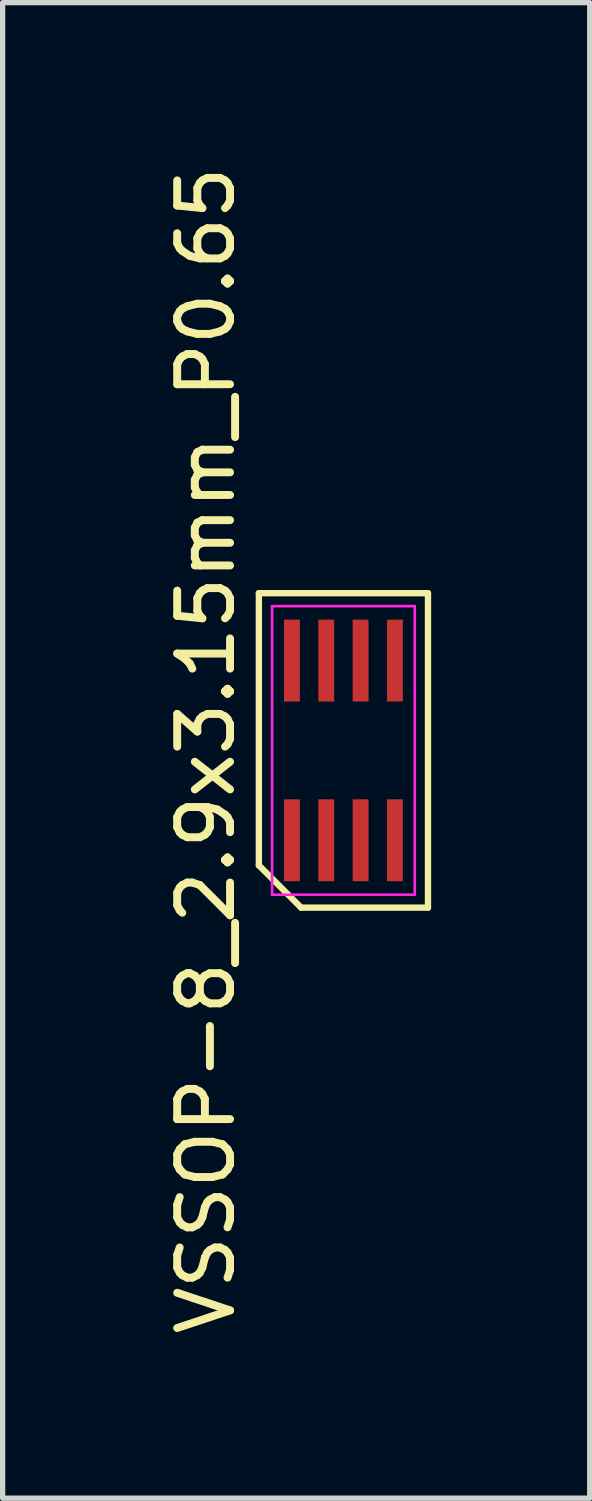
<source format=kicad_pcb>
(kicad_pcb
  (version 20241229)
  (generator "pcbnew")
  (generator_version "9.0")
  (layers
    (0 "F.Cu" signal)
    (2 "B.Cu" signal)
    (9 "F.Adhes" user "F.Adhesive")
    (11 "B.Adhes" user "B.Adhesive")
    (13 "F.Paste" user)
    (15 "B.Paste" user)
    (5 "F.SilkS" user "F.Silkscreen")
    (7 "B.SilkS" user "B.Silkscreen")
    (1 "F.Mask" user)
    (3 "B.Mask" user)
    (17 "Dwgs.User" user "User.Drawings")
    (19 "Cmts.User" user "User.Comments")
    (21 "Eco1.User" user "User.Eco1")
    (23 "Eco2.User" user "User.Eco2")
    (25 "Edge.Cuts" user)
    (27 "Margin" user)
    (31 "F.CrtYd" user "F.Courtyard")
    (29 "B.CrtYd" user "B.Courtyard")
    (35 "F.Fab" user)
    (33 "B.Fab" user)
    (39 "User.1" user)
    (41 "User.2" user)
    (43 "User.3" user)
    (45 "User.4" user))
  (footprint "VSSOP-8_2.9x3.15mm_P0.65"
    (layer "F.Cu")
    (at 3.448 11.149)
    (property "Reference" "VSSOP-8_2.9x3.15mm_P0.65" (at -2.6 0 90) (layer "F.SilkS") (effects (font (size 1 1) (thickness 0.15))))
    (attr smd)
    (fp_line (start -1.6 -2.975) (end 1.6 -2.975) (stroke (width 0.12) (type solid)) (layer "F.SilkS"))
    (fp_line (start -1.6 2.175) (end -1.6 -2.975) (stroke (width 0.12) (type solid)) (layer "F.SilkS"))
    (fp_line (start -0.8 2.975) (end -1.6 2.175) (stroke (width 0.12) (type solid)) (layer "F.SilkS"))
    (fp_line (start 1.6 -2.975) (end 1.6 2.975) (stroke (width 0.12) (type solid)) (layer "F.SilkS"))
    (fp_line (start 1.6 2.975) (end -0.8 2.975) (stroke (width 0.12) (type solid)) (layer "F.SilkS"))
    (fp_line (start -1.35 -2.73) (end 1.35 -2.73) (stroke (width 0.05) (type solid)) (layer "F.CrtYd"))
    (fp_line (start -1.35 2.73) (end -1.35 -2.73) (stroke (width 0.05) (type solid)) (layer "F.CrtYd"))
    (fp_line (start 1.35 -2.73) (end 1.35 2.73) (stroke (width 0.05) (type solid)) (layer "F.CrtYd"))
    (fp_line (start 1.35 2.73) (end -1.35 2.73) (stroke (width 0.05) (type solid)) (layer "F.CrtYd"))
    (pad "1" smd rect (at -0.975 1.7) (size 0.3 1.55) (layers "F.Cu" "F.Mask" "F.Paste"))
    (pad "2" smd rect (at -0.325 1.7) (size 0.3 1.55) (layers "F.Cu" "F.Mask" "F.Paste"))
    (pad "3" smd rect (at 0.325 1.7) (size 0.3 1.55) (layers "F.Cu" "F.Mask" "F.Paste"))
    (pad "4" smd rect (at 0.975 1.7) (size 0.3 1.55) (layers "F.Cu" "F.Mask" "F.Paste"))
    (pad "5" smd rect (at 0.975 -1.7) (size 0.3 1.55) (layers "F.Cu" "F.Mask" "F.Paste"))
    (pad "6" smd rect (at 0.325 -1.7) (size 0.3 1.55) (layers "F.Cu" "F.Mask" "F.Paste"))
    (pad "7" smd rect (at -0.325 -1.7) (size 0.3 1.55) (layers "F.Cu" "F.Mask" "F.Paste"))
    (pad "8" smd rect (at -0.975 -1.7) (size 0.3 1.55) (layers "F.Cu" "F.Mask" "F.Paste")))
  (gr_rect
    (start -3 -3)
    (end 8.108 25.298)
    (stroke (width 0.1) (type default))
    (fill no)
    (layer "Edge.Cuts")))
</source>
